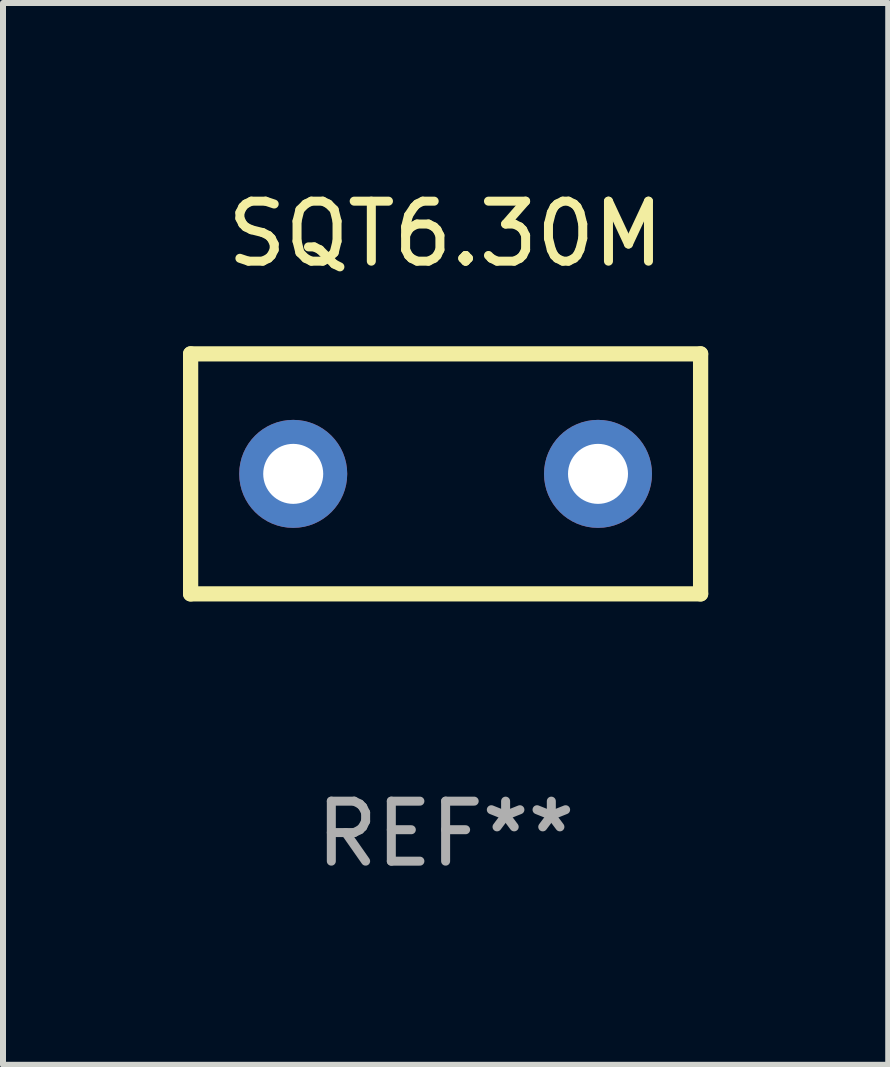
<source format=kicad_pcb>
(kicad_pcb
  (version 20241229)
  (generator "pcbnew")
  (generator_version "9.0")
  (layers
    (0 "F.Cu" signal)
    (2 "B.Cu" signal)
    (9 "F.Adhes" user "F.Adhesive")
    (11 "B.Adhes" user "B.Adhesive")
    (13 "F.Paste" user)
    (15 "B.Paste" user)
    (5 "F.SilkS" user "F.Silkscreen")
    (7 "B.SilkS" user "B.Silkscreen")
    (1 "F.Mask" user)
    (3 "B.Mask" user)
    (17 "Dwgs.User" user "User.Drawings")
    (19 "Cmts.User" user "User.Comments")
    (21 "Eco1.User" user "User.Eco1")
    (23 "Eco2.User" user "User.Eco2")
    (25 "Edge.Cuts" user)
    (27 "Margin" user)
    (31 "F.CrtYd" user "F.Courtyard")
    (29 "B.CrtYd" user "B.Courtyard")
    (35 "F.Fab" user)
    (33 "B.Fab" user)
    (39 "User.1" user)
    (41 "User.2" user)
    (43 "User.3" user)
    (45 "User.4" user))
  (footprint "SQT6.30M"
    (layer "F.Cu")
    (at 4.377 4.848)
    (property "Reference" "SQT6.30M" (at 0 -4 0) (layer "F.SilkS") (effects (font (size 1 1) (thickness 0.15))))
    (attr through_hole)
    (fp_line (start -4.25 2) (end -4.25 -2) (stroke (width 0.254) (type solid)) (layer "F.SilkS"))
    (fp_line (start -4.25 -2) (end 4.25 -2) (stroke (width 0.254) (type solid)) (layer "F.SilkS"))
    (fp_line (start 4.25 2) (end -4.25 2) (stroke (width 0.254) (type solid)) (layer "F.SilkS"))
    (fp_line (start 4.25 -2) (end 4.25 2) (stroke (width 0.254) (type solid)) (layer "F.SilkS"))
    (fp_circle (center -4.25 2) (end -4.22 2) (stroke (width 0.06) (type solid)) (fill no) (layer "F.SilkS"))
    (fp_text user "REF**" (at 0 6 0) (layer "F.Fab") (effects (font (size 1 1) (thickness 0.15))))
    (pad "1" thru_hole circle (at -2.54 0) (size 1.8 1.8) (drill 1) (layers "*.Cu" "*.Mask"))
    (pad "2" thru_hole circle (at 2.54 0) (size 1.8 1.8) (drill 1) (layers "*.Cu" "*.Mask")))
  (gr_rect
    (start -3 -3)
    (end 11.754 14.697)
    (stroke (width 0.1) (type default))
    (fill no)
    (layer "Edge.Cuts")))
</source>
